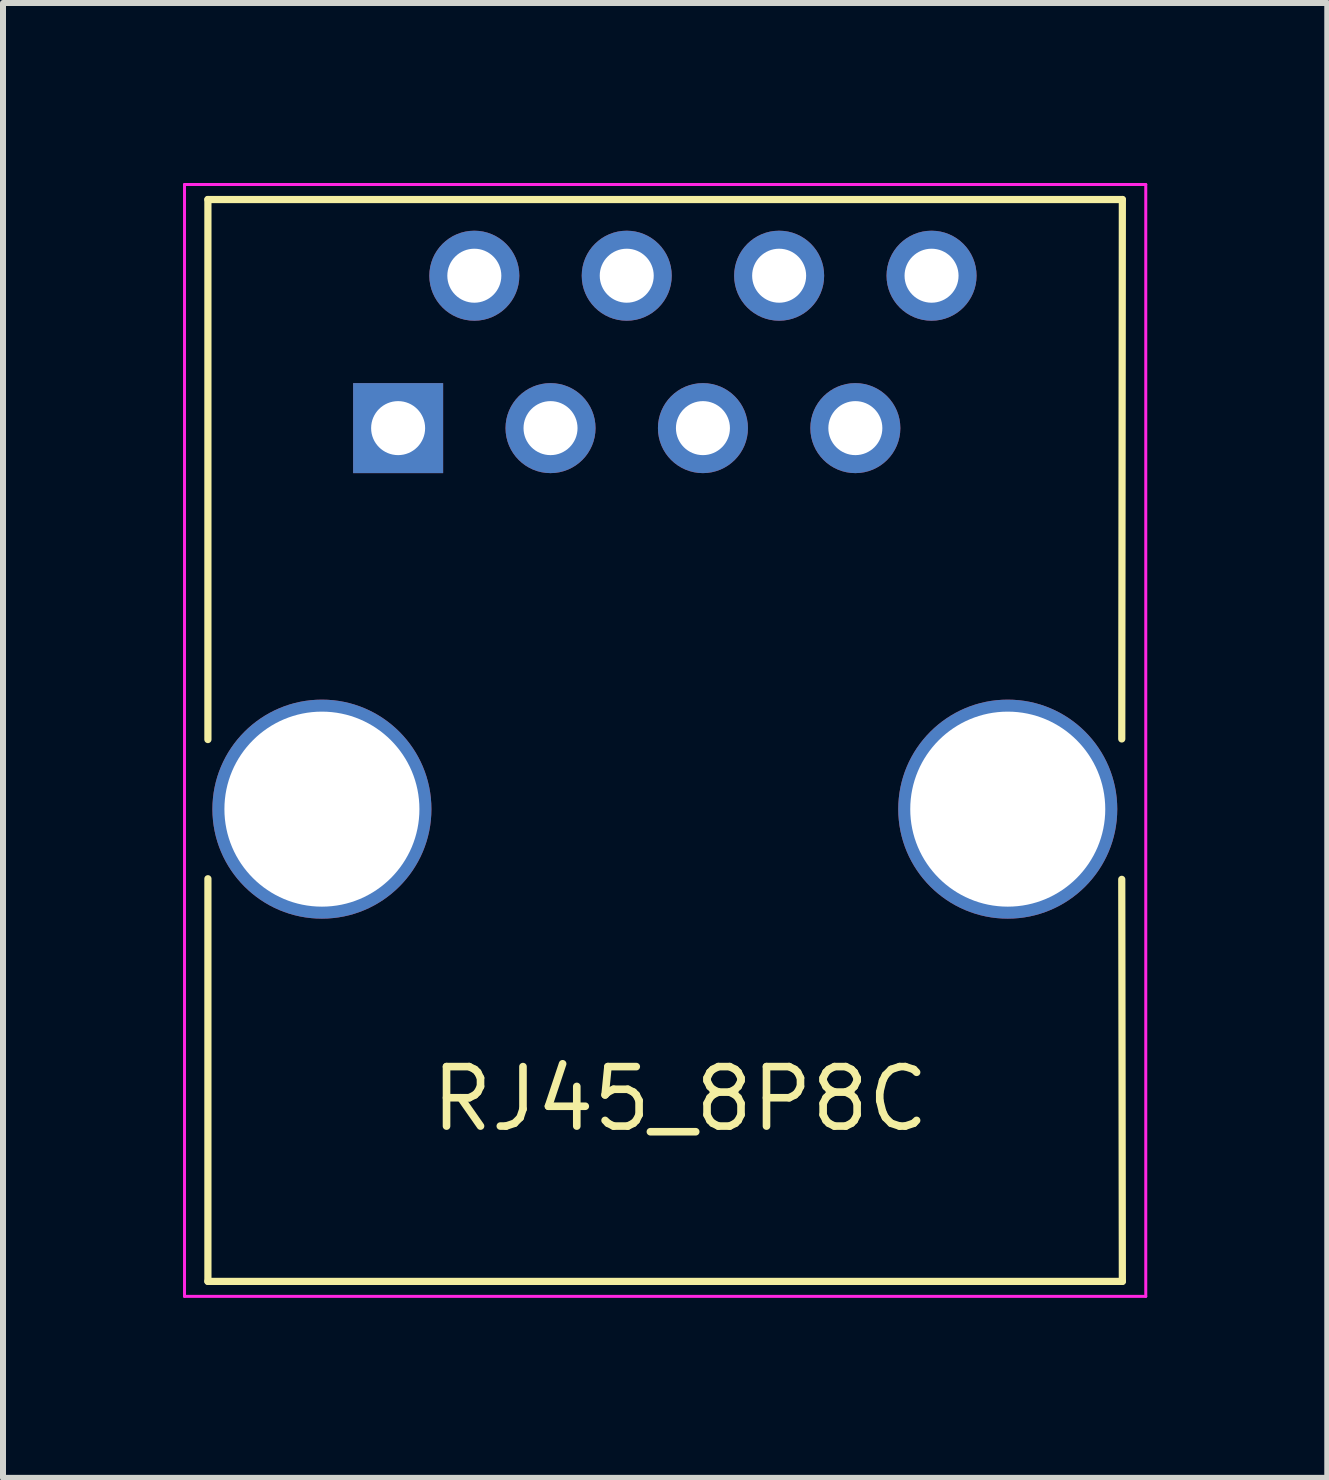
<source format=kicad_pcb>
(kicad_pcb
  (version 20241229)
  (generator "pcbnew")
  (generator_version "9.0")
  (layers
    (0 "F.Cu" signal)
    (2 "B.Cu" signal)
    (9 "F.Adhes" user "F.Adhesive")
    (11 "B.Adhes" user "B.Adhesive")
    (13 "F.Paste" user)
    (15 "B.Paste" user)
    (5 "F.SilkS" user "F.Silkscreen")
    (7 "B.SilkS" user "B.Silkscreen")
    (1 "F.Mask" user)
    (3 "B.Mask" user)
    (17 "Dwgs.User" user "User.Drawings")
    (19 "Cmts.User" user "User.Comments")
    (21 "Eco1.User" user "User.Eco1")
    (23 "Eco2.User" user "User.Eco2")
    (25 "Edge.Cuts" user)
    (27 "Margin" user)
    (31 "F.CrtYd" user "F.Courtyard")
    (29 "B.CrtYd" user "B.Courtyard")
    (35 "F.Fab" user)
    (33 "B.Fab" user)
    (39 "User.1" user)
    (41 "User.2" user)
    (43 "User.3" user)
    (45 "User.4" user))
  (footprint "RJ45_8P8C"
    (layer "F.Cu")
    (at 12.475 1.545)
    (property "Reference" "RJ45_8P8C" (at -4.19 13.72 0) (layer "F.SilkS") (effects (font (size 0.991 0.991) (thickness 0.127))))
    (attr through_hole)
    (fp_line (start -12.06 -1.27) (end -12.06 7.73) (stroke (width 0.12) (type solid)) (layer "F.SilkS"))
    (fp_line (start -12.06 10.05) (end -12.06 16.76) (stroke (width 0.12) (type solid)) (layer "F.SilkS"))
    (fp_line (start -12.06 16.76) (end 3.18 16.76) (stroke (width 0.12) (type solid)) (layer "F.SilkS"))
    (fp_line (start 3.17 10.06) (end 3.18 16.76) (stroke (width 0.12) (type solid)) (layer "F.SilkS"))
    (fp_line (start 3.18 -1.27) (end -12.06 -1.27) (stroke (width 0.12) (type solid)) (layer "F.SilkS"))
    (fp_line (start 3.18 -1.27) (end 3.17 7.72) (stroke (width 0.12) (type solid)) (layer "F.SilkS"))
    (fp_line (start -12.45 -1.52) (end -12.45 17.01) (stroke (width 0.05) (type solid)) (layer "F.CrtYd"))
    (fp_line (start -12.45 -1.52) (end 3.57 -1.52) (stroke (width 0.05) (type solid)) (layer "F.CrtYd"))
    (fp_line (start 3.57 17.01) (end -12.45 17.01) (stroke (width 0.05) (type solid)) (layer "F.CrtYd"))
    (fp_line (start 3.57 17.01) (end 3.57 -1.52) (stroke (width 0.05) (type solid)) (layer "F.CrtYd"))
    (pad "" np_thru_hole circle (at -10.16 8.89) (size 3.65 3.65) (drill 3.25) (layers "*.Cu" "*.Mask"))
    (pad "" np_thru_hole circle (at 1.27 8.89) (size 3.65 3.65) (drill 3.25) (layers "*.Cu" "*.Mask"))
    (pad "1" thru_hole rect (at -8.89 2.54) (size 1.5 1.5) (drill 0.9) (layers "*.Cu" "*.Mask"))
    (pad "2" thru_hole circle (at -7.62 0) (size 1.5 1.5) (drill 0.9) (layers "*.Cu" "*.Mask"))
    (pad "3" thru_hole circle (at -6.35 2.54) (size 1.5 1.5) (drill 0.9) (layers "*.Cu" "*.Mask"))
    (pad "4" thru_hole circle (at -5.08 0) (size 1.5 1.5) (drill 0.9) (layers "*.Cu" "*.Mask"))
    (pad "5" thru_hole circle (at -3.81 2.54) (size 1.5 1.5) (drill 0.9) (layers "*.Cu" "*.Mask"))
    (pad "6" thru_hole circle (at -2.54 0) (size 1.5 1.5) (drill 0.9) (layers "*.Cu" "*.Mask"))
    (pad "7" thru_hole circle (at -1.27 2.54) (size 1.5 1.5) (drill 0.9) (layers "*.Cu" "*.Mask"))
    (pad "8" thru_hole circle (at 0 0) (size 1.5 1.5) (drill 0.9) (layers "*.Cu" "*.Mask")))
  (gr_rect
    (start -3 -3)
    (end 19.07 21.58)
    (stroke (width 0.1) (type default))
    (fill no)
    (layer "Edge.Cuts")))
</source>
